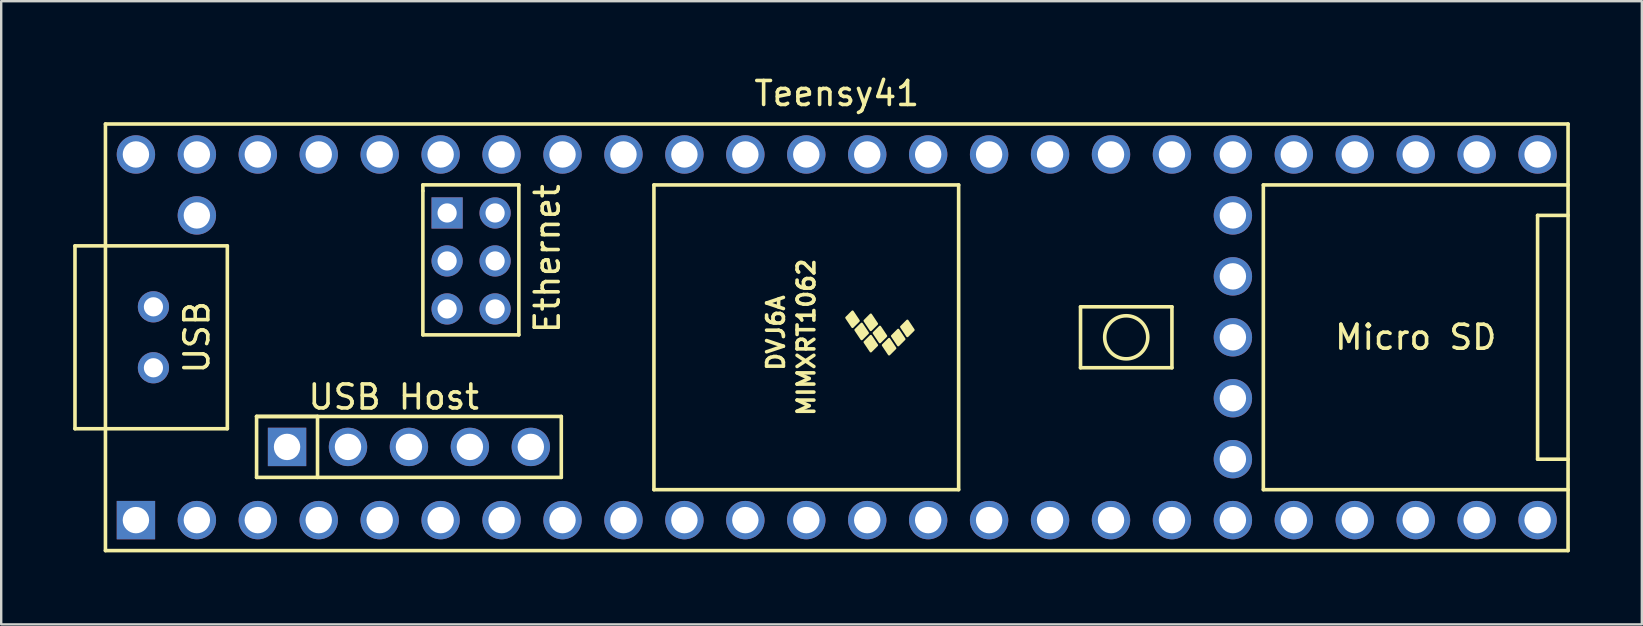
<source format=kicad_pcb>
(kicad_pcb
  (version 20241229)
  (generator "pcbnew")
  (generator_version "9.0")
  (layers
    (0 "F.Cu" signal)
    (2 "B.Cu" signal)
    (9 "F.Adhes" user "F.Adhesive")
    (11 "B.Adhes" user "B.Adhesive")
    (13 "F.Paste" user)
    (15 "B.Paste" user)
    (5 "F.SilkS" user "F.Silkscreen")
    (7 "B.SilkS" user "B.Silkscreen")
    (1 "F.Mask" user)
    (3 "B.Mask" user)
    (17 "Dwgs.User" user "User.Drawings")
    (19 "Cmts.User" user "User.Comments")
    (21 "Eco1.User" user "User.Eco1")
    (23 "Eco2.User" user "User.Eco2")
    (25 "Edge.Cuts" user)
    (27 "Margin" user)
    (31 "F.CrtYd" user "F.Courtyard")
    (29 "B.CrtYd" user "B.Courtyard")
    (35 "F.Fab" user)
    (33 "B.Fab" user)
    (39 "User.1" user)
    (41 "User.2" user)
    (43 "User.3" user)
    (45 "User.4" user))
  (footprint "Teensy41"
    (layer "F.Cu")
    (at 31.825 11.008)
    (property "Reference" "Teensy41" (at 0 -10.16 0) (layer "F.SilkS") (effects (font (size 1 1) (thickness 0.15))))
    (attr through_hole)
    (fp_line (start -31.75 -3.81) (end -30.48 -3.81) (stroke (width 0.15) (type solid)) (layer "F.SilkS"))
    (fp_line (start -31.75 3.81) (end -31.75 -3.81) (stroke (width 0.15) (type solid)) (layer "F.SilkS"))
    (fp_line (start -30.48 -8.89) (end 30.48 -8.89) (stroke (width 0.15) (type solid)) (layer "F.SilkS"))
    (fp_line (start -30.48 3.81) (end -31.75 3.81) (stroke (width 0.15) (type solid)) (layer "F.SilkS"))
    (fp_line (start -30.48 8.89) (end -30.48 -8.89) (stroke (width 0.15) (type solid)) (layer "F.SilkS"))
    (fp_line (start -25.4 -3.81) (end -30.48 -3.81) (stroke (width 0.15) (type solid)) (layer "F.SilkS"))
    (fp_line (start -25.4 3.81) (end -30.48 3.81) (stroke (width 0.15) (type solid)) (layer "F.SilkS"))
    (fp_line (start -25.4 3.81) (end -25.4 -3.81) (stroke (width 0.15) (type solid)) (layer "F.SilkS"))
    (fp_line (start -24.181 3.299) (end -21.641 3.299) (stroke (width 0.15) (type solid)) (layer "F.SilkS"))
    (fp_line (start -24.181 3.299) (end -11.481 3.299) (stroke (width 0.15) (type solid)) (layer "F.SilkS"))
    (fp_line (start -24.181 5.839) (end -24.181 3.299) (stroke (width 0.15) (type solid)) (layer "F.SilkS"))
    (fp_line (start -21.641 3.299) (end -21.641 5.839) (stroke (width 0.15) (type solid)) (layer "F.SilkS"))
    (fp_line (start -17.25 -6.352) (end -17.25 -6.102) (stroke (width 0.15) (type solid)) (layer "F.SilkS"))
    (fp_line (start -17.25 -6.102) (end -17.25 -0.102) (stroke (width 0.15) (type solid)) (layer "F.SilkS"))
    (fp_line (start -17.25 -0.102) (end -13.25 -0.102) (stroke (width 0.15) (type solid)) (layer "F.SilkS"))
    (fp_line (start -13.25 -6.352) (end -17.25 -6.352) (stroke (width 0.15) (type solid)) (layer "F.SilkS"))
    (fp_line (start -13.25 -0.102) (end -13.25 -6.352) (stroke (width 0.15) (type solid)) (layer "F.SilkS"))
    (fp_line (start -11.481 3.299) (end -11.481 5.839) (stroke (width 0.15) (type solid)) (layer "F.SilkS"))
    (fp_line (start -11.481 5.839) (end -24.181 5.839) (stroke (width 0.15) (type solid)) (layer "F.SilkS"))
    (fp_line (start -7.62 -6.35) (end -7.62 6.35) (stroke (width 0.15) (type solid)) (layer "F.SilkS"))
    (fp_line (start -7.62 6.35) (end 5.08 6.35) (stroke (width 0.15) (type solid)) (layer "F.SilkS"))
    (fp_line (start 5.08 -6.35) (end -7.62 -6.35) (stroke (width 0.15) (type solid)) (layer "F.SilkS"))
    (fp_line (start 5.08 6.35) (end 5.08 -6.35) (stroke (width 0.15) (type solid)) (layer "F.SilkS"))
    (fp_line (start 10.16 -1.27) (end 13.97 -1.27) (stroke (width 0.15) (type solid)) (layer "F.SilkS"))
    (fp_line (start 10.16 1.27) (end 10.16 -1.27) (stroke (width 0.15) (type solid)) (layer "F.SilkS"))
    (fp_line (start 13.97 -1.27) (end 13.97 1.27) (stroke (width 0.15) (type solid)) (layer "F.SilkS"))
    (fp_line (start 13.97 1.27) (end 10.16 1.27) (stroke (width 0.15) (type solid)) (layer "F.SilkS"))
    (fp_line (start 17.78 -6.35) (end 17.78 6.35) (stroke (width 0.15) (type solid)) (layer "F.SilkS"))
    (fp_line (start 17.78 6.35) (end 30.48 6.35) (stroke (width 0.15) (type solid)) (layer "F.SilkS"))
    (fp_line (start 29.21 -5.08) (end 29.21 5.08) (stroke (width 0.15) (type solid)) (layer "F.SilkS"))
    (fp_line (start 29.21 5.08) (end 30.48 5.08) (stroke (width 0.15) (type solid)) (layer "F.SilkS"))
    (fp_line (start 30.48 -8.89) (end 30.48 8.89) (stroke (width 0.15) (type solid)) (layer "F.SilkS"))
    (fp_line (start 30.48 -6.35) (end 17.78 -6.35) (stroke (width 0.15) (type solid)) (layer "F.SilkS"))
    (fp_line (start 30.48 -5.08) (end 29.21 -5.08) (stroke (width 0.15) (type solid)) (layer "F.SilkS"))
    (fp_line (start 30.48 8.89) (end -30.48 8.89) (stroke (width 0.15) (type solid)) (layer "F.SilkS"))
    (fp_circle (center 12.065 0) (end 12.7 -0.635) (stroke (width 0.15) (type solid)) (fill no) (layer "F.SilkS"))
    (fp_poly (pts (xy 0.911 -0.688) (xy 0.657 -0.434) (xy 0.403 -0.815) (xy 0.657 -1.069)) (stroke (width 0.1) (type solid)) (fill yes) (layer "F.SilkS"))
    (fp_poly (pts (xy 1.292 -0.18) (xy 1.038 0.074) (xy 0.784 -0.307) (xy 1.038 -0.561)) (stroke (width 0.1) (type solid)) (fill yes) (layer "F.SilkS"))
    (fp_poly (pts (xy 1.673 -0.561) (xy 1.419 -0.307) (xy 1.165 -0.688) (xy 1.419 -0.942)) (stroke (width 0.1) (type solid)) (fill yes) (layer "F.SilkS"))
    (fp_poly (pts (xy 1.673 0.328) (xy 1.419 0.582) (xy 1.165 0.201) (xy 1.419 -0.053)) (stroke (width 0.1) (type solid)) (fill yes) (layer "F.SilkS"))
    (fp_poly (pts (xy 2.054 -0.053) (xy 1.8 0.201) (xy 1.546 -0.18) (xy 1.8 -0.434)) (stroke (width 0.1) (type solid)) (fill yes) (layer "F.SilkS"))
    (fp_poly (pts (xy 2.435 0.455) (xy 2.181 0.709) (xy 1.927 0.328) (xy 2.181 0.074)) (stroke (width 0.1) (type solid)) (fill yes) (layer "F.SilkS"))
    (fp_poly (pts (xy 2.816 0.074) (xy 2.562 0.328) (xy 2.308 -0.053) (xy 2.562 -0.307)) (stroke (width 0.1) (type solid)) (fill yes) (layer "F.SilkS"))
    (fp_poly (pts (xy 3.197 -0.307) (xy 2.943 -0.053) (xy 2.689 -0.434) (xy 2.943 -0.688)) (stroke (width 0.1) (type solid)) (fill yes) (layer "F.SilkS"))
    (fp_text user "Micro SD" (at 24.13 0 0) (layer "F.SilkS") (effects (font (size 1 1) (thickness 0.15))))
    (fp_text user "Ethernet" (at -12.065 -3.277 90) (layer "F.SilkS") (effects (font (size 1 1) (thickness 0.15))))
    (fp_text user "USB Host" (at -18.466 2.489 0) (layer "F.SilkS") (effects (font (size 1 1) (thickness 0.15))))
    (fp_text user "USB" (at -26.67 0 270) (layer "F.SilkS") (effects (font (size 1 1) (thickness 0.15))))
    (fp_text user "DVJ6A" (at -2.54 -0.18 270) (layer "F.SilkS") (effects (font (size 0.7 0.7) (thickness 0.15))))
    (fp_text user "MIMXRT1062" (at -1.27 0 270) (layer "F.SilkS") (effects (font (size 0.7 0.7) (thickness 0.15))))
    (pad "1" thru_hole rect (at -29.21 7.62) (size 1.6 1.6) (drill 1.1) (layers "*.Cu" "*.Mask"))
    (pad "2" thru_hole circle (at -26.67 7.62) (size 1.6 1.6) (drill 1.1) (layers "*.Cu" "*.Mask"))
    (pad "3" thru_hole circle (at -24.13 7.62) (size 1.6 1.6) (drill 1.1) (layers "*.Cu" "*.Mask"))
    (pad "4" thru_hole circle (at -21.59 7.62) (size 1.6 1.6) (drill 1.1) (layers "*.Cu" "*.Mask"))
    (pad "5" thru_hole circle (at -19.05 7.62) (size 1.6 1.6) (drill 1.1) (layers "*.Cu" "*.Mask"))
    (pad "6" thru_hole circle (at -16.51 7.62) (size 1.6 1.6) (drill 1.1) (layers "*.Cu" "*.Mask"))
    (pad "7" thru_hole circle (at -13.97 7.62) (size 1.6 1.6) (drill 1.1) (layers "*.Cu" "*.Mask"))
    (pad "8" thru_hole circle (at -11.43 7.62) (size 1.6 1.6) (drill 1.1) (layers "*.Cu" "*.Mask"))
    (pad "9" thru_hole circle (at -8.89 7.62) (size 1.6 1.6) (drill 1.1) (layers "*.Cu" "*.Mask"))
    (pad "10" thru_hole circle (at -6.35 7.62) (size 1.6 1.6) (drill 1.1) (layers "*.Cu" "*.Mask"))
    (pad "11" thru_hole circle (at -3.81 7.62) (size 1.6 1.6) (drill 1.1) (layers "*.Cu" "*.Mask"))
    (pad "12" thru_hole circle (at -1.27 7.62) (size 1.6 1.6) (drill 1.1) (layers "*.Cu" "*.Mask"))
    (pad "13" thru_hole circle (at 1.27 7.62) (size 1.6 1.6) (drill 1.1) (layers "*.Cu" "*.Mask"))
    (pad "14" thru_hole circle (at 3.81 7.62) (size 1.6 1.6) (drill 1.1) (layers "*.Cu" "*.Mask"))
    (pad "15" thru_hole circle (at 6.35 7.62) (size 1.6 1.6) (drill 1.1) (layers "*.Cu" "*.Mask"))
    (pad "16" thru_hole circle (at 8.89 7.62) (size 1.6 1.6) (drill 1.1) (layers "*.Cu" "*.Mask"))
    (pad "17" thru_hole circle (at 11.43 7.62) (size 1.6 1.6) (drill 1.1) (layers "*.Cu" "*.Mask"))
    (pad "18" thru_hole circle (at 13.97 7.62) (size 1.6 1.6) (drill 1.1) (layers "*.Cu" "*.Mask"))
    (pad "19" thru_hole circle (at 16.51 7.62) (size 1.6 1.6) (drill 1.1) (layers "*.Cu" "*.Mask"))
    (pad "20" thru_hole circle (at 19.05 7.62) (size 1.6 1.6) (drill 1.1) (layers "*.Cu" "*.Mask"))
    (pad "21" thru_hole circle (at 21.59 7.62) (size 1.6 1.6) (drill 1.1) (layers "*.Cu" "*.Mask"))
    (pad "22" thru_hole circle (at 24.13 7.62) (size 1.6 1.6) (drill 1.1) (layers "*.Cu" "*.Mask"))
    (pad "23" thru_hole circle (at 26.67 7.62) (size 1.6 1.6) (drill 1.1) (layers "*.Cu" "*.Mask"))
    (pad "24" thru_hole circle (at 29.21 7.62) (size 1.6 1.6) (drill 1.1) (layers "*.Cu" "*.Mask"))
    (pad "25" thru_hole circle (at 29.21 -7.62) (size 1.6 1.6) (drill 1.1) (layers "*.Cu" "*.Mask"))
    (pad "26" thru_hole circle (at 26.67 -7.62) (size 1.6 1.6) (drill 1.1) (layers "*.Cu" "*.Mask"))
    (pad "27" thru_hole circle (at 24.13 -7.62) (size 1.6 1.6) (drill 1.1) (layers "*.Cu" "*.Mask"))
    (pad "28" thru_hole circle (at 21.59 -7.62) (size 1.6 1.6) (drill 1.1) (layers "*.Cu" "*.Mask"))
    (pad "29" thru_hole circle (at 19.05 -7.62) (size 1.6 1.6) (drill 1.1) (layers "*.Cu" "*.Mask"))
    (pad "30" thru_hole circle (at 16.51 -7.62) (size 1.6 1.6) (drill 1.1) (layers "*.Cu" "*.Mask"))
    (pad "31" thru_hole circle (at 13.97 -7.62) (size 1.6 1.6) (drill 1.1) (layers "*.Cu" "*.Mask"))
    (pad "32" thru_hole circle (at 11.43 -7.62) (size 1.6 1.6) (drill 1.1) (layers "*.Cu" "*.Mask"))
    (pad "33" thru_hole circle (at 8.89 -7.62) (size 1.6 1.6) (drill 1.1) (layers "*.Cu" "*.Mask"))
    (pad "34" thru_hole circle (at 6.35 -7.62) (size 1.6 1.6) (drill 1.1) (layers "*.Cu" "*.Mask"))
    (pad "35" thru_hole circle (at 3.81 -7.62) (size 1.6 1.6) (drill 1.1) (layers "*.Cu" "*.Mask"))
    (pad "36" thru_hole circle (at 1.27 -7.62) (size 1.6 1.6) (drill 1.1) (layers "*.Cu" "*.Mask"))
    (pad "37" thru_hole circle (at -1.27 -7.62) (size 1.6 1.6) (drill 1.1) (layers "*.Cu" "*.Mask"))
    (pad "38" thru_hole circle (at -3.81 -7.62) (size 1.6 1.6) (drill 1.1) (layers "*.Cu" "*.Mask"))
    (pad "39" thru_hole circle (at -6.35 -7.62) (size 1.6 1.6) (drill 1.1) (layers "*.Cu" "*.Mask"))
    (pad "40" thru_hole circle (at -8.89 -7.62) (size 1.6 1.6) (drill 1.1) (layers "*.Cu" "*.Mask"))
    (pad "41" thru_hole circle (at -11.43 -7.62) (size 1.6 1.6) (drill 1.1) (layers "*.Cu" "*.Mask"))
    (pad "42" thru_hole circle (at -13.97 -7.62) (size 1.6 1.6) (drill 1.1) (layers "*.Cu" "*.Mask"))
    (pad "43" thru_hole circle (at -16.51 -7.62) (size 1.6 1.6) (drill 1.1) (layers "*.Cu" "*.Mask"))
    (pad "44" thru_hole circle (at -19.05 -7.62) (size 1.6 1.6) (drill 1.1) (layers "*.Cu" "*.Mask"))
    (pad "45" thru_hole circle (at -21.59 -7.62) (size 1.6 1.6) (drill 1.1) (layers "*.Cu" "*.Mask"))
    (pad "46" thru_hole circle (at -24.13 -7.62) (size 1.6 1.6) (drill 1.1) (layers "*.Cu" "*.Mask"))
    (pad "47" thru_hole circle (at -26.67 -7.62) (size 1.6 1.6) (drill 1.1) (layers "*.Cu" "*.Mask"))
    (pad "48" thru_hole circle (at -29.21 -7.62) (size 1.6 1.6) (drill 1.1) (layers "*.Cu" "*.Mask"))
    (pad "49" thru_hole circle (at -26.67 -5.08) (size 1.6 1.6) (drill 1.1) (layers "*.Cu" "*.Mask"))
    (pad "50" thru_hole circle (at 16.51 5.08) (size 1.6 1.6) (drill 1.1) (layers "*.Cu" "*.Mask"))
    (pad "51" thru_hole circle (at 16.51 2.54) (size 1.6 1.6) (drill 1.1) (layers "*.Cu" "*.Mask"))
    (pad "52" thru_hole circle (at 16.51 0) (size 1.6 1.6) (drill 1.1) (layers "*.Cu" "*.Mask"))
    (pad "53" thru_hole circle (at 16.51 -2.54) (size 1.6 1.6) (drill 1.1) (layers "*.Cu" "*.Mask"))
    (pad "54" thru_hole circle (at 16.51 -5.08) (size 1.6 1.6) (drill 1.1) (layers "*.Cu" "*.Mask"))
    (pad "55" thru_hole rect (at -22.911 4.569) (size 1.6 1.6) (drill 1.1) (layers "*.Cu" "*.Mask"))
    (pad "56" thru_hole circle (at -20.371 4.569) (size 1.6 1.6) (drill 1.1) (layers "*.Cu" "*.Mask"))
    (pad "57" thru_hole circle (at -17.831 4.569) (size 1.6 1.6) (drill 1.1) (layers "*.Cu" "*.Mask"))
    (pad "58" thru_hole circle (at -15.291 4.569) (size 1.6 1.6) (drill 1.1) (layers "*.Cu" "*.Mask"))
    (pad "59" thru_hole circle (at -12.751 4.569) (size 1.6 1.6) (drill 1.1) (layers "*.Cu" "*.Mask"))
    (pad "60" thru_hole rect (at -16.24 -5.182) (size 1.3 1.3) (drill 0.8) (layers "*.Cu" "*.Mask"))
    (pad "61" thru_hole circle (at -16.24 -3.182) (size 1.3 1.3) (drill 0.8) (layers "*.Cu" "*.Mask"))
    (pad "62" thru_hole circle (at -16.24 -1.182) (size 1.3 1.3) (drill 0.8) (layers "*.Cu" "*.Mask"))
    (pad "63" thru_hole circle (at -14.24 -1.182) (size 1.3 1.3) (drill 0.8) (layers "*.Cu" "*.Mask"))
    (pad "64" thru_hole circle (at -14.24 -3.182) (size 1.3 1.3) (drill 0.8) (layers "*.Cu" "*.Mask"))
    (pad "65" thru_hole circle (at -14.24 -5.182) (size 1.3 1.3) (drill 0.8) (layers "*.Cu" "*.Mask"))
    (pad "66" thru_hole circle (at -28.48 -1.27) (size 1.3 1.3) (drill 0.8) (layers "*.Cu" "*.Mask"))
    (pad "67" thru_hole circle (at -28.48 1.27) (size 1.3 1.3) (drill 0.8) (layers "*.Cu" "*.Mask")))
  (gr_rect
    (start -3 -3)
    (end 65.38 22.973)
    (stroke (width 0.1) (type default))
    (fill no)
    (layer "Edge.Cuts")))
</source>
